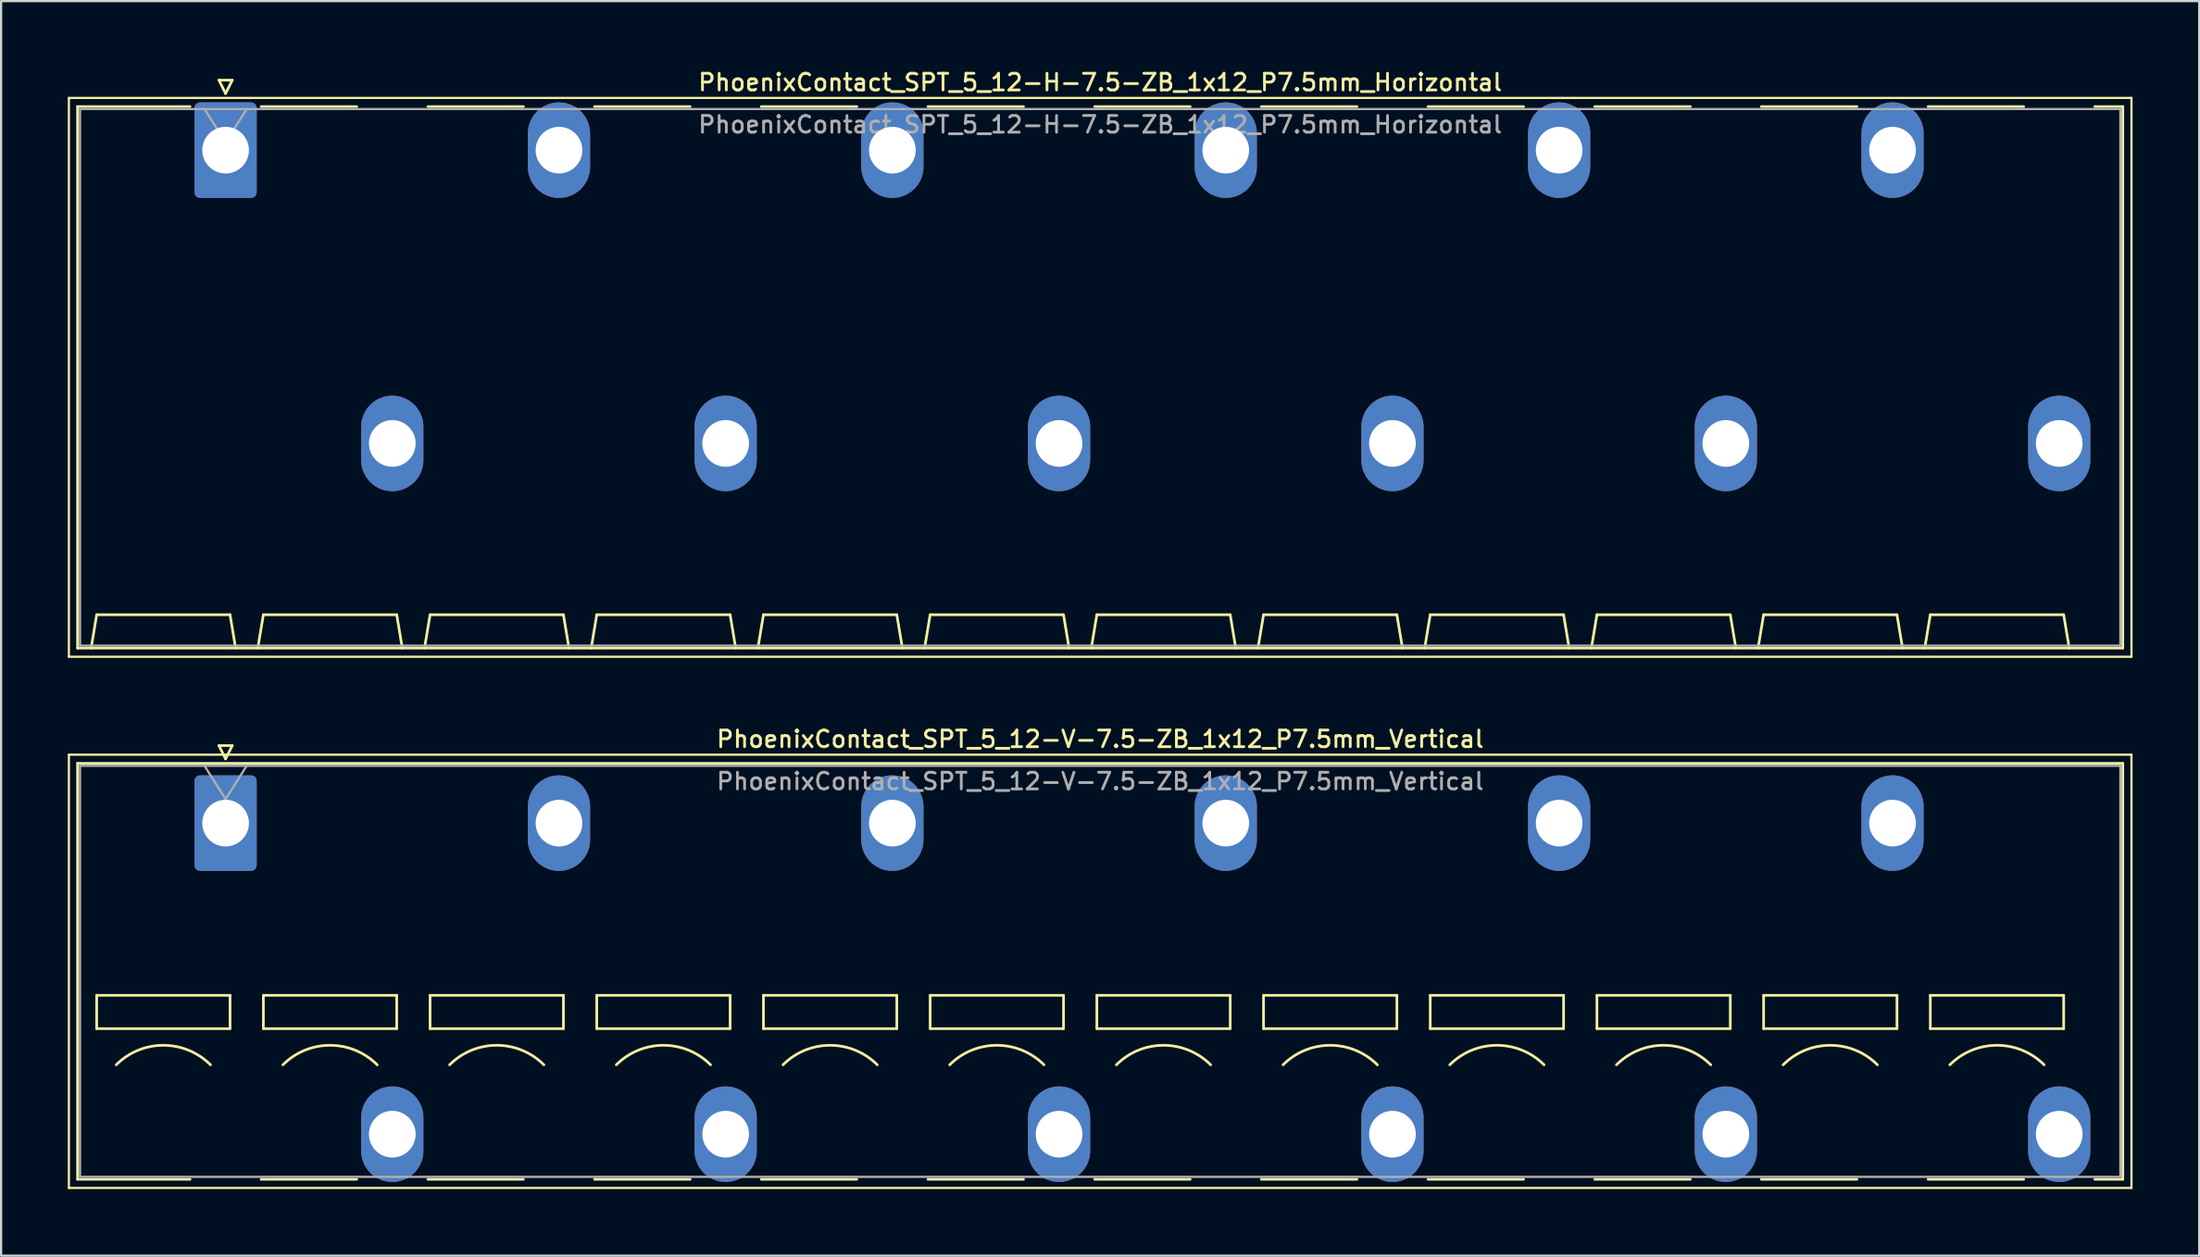
<source format=kicad_pcb>
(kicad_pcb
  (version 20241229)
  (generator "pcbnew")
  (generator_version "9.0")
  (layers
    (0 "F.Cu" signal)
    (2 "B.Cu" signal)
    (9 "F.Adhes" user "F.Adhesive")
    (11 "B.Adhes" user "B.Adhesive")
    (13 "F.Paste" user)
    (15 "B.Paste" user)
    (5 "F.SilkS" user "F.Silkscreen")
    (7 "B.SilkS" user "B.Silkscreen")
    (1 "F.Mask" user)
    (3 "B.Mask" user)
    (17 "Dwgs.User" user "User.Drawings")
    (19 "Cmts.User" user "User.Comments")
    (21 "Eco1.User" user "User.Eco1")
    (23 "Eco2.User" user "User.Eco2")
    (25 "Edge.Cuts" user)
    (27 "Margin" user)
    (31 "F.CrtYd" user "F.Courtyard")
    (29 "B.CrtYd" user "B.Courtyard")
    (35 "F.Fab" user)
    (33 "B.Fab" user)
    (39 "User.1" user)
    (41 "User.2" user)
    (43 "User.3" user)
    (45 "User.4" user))
  (footprint "PhoenixContact_SPT_5_12-V-7.5-ZB_1x12_P7.5mm_Vertical"
    (layer "F.Cu")
    (at 7.1 33.996)
    (property "Reference" "PhoenixContact_SPT_5_12-V-7.5-ZB_1x12_P7.5mm_Vertical" (at 39.35 -3.78 0) (layer "F.SilkS") (effects (font (size 0.75 0.75) (thickness 0.125))))
    (attr through_hole)
    (fp_line (start -7.05 -3.08) (end -7.05 16.42) (stroke (width 0.1) (type solid)) (layer "F.SilkS"))
    (fp_line (start -7.05 16.42) (end 85.75 16.42) (stroke (width 0.1) (type solid)) (layer "F.SilkS"))
    (fp_line (start -6.66 -2.69) (end 85.36 -2.69) (stroke (width 0.12) (type solid)) (layer "F.SilkS"))
    (fp_line (start -6.66 16.03) (end -6.66 -2.69) (stroke (width 0.12) (type solid)) (layer "F.SilkS"))
    (fp_line (start -6.66 16.03) (end -1.6 16.03) (stroke (width 0.12) (type solid)) (layer "F.SilkS"))
    (fp_line (start -5.8 7.75) (end -5.8 9.25) (stroke (width 0.12) (type solid)) (layer "F.SilkS"))
    (fp_line (start -5.8 9.25) (end 0.2 9.25) (stroke (width 0.12) (type solid)) (layer "F.SilkS"))
    (fp_line (start -0.3 -3.49) (end 0 -2.89) (stroke (width 0.12) (type solid)) (layer "F.SilkS"))
    (fp_line (start -0.3 -3.49) (end 0.3 -3.49) (stroke (width 0.12) (type solid)) (layer "F.SilkS"))
    (fp_line (start 0.2 7.75) (end -5.8 7.75) (stroke (width 0.12) (type solid)) (layer "F.SilkS"))
    (fp_line (start 0.2 9.25) (end 0.2 7.75) (stroke (width 0.12) (type solid)) (layer "F.SilkS"))
    (fp_line (start 0.3 -3.49) (end 0 -2.89) (stroke (width 0.12) (type solid)) (layer "F.SilkS"))
    (fp_line (start 1.6 16.03) (end 5.9 16.03) (stroke (width 0.12) (type solid)) (layer "F.SilkS"))
    (fp_line (start 1.7 7.75) (end 1.7 9.25) (stroke (width 0.12) (type solid)) (layer "F.SilkS"))
    (fp_line (start 1.7 9.25) (end 7.7 9.25) (stroke (width 0.12) (type solid)) (layer "F.SilkS"))
    (fp_line (start 7.7 7.75) (end 1.7 7.75) (stroke (width 0.12) (type solid)) (layer "F.SilkS"))
    (fp_line (start 7.7 9.25) (end 7.7 7.75) (stroke (width 0.12) (type solid)) (layer "F.SilkS"))
    (fp_line (start 9.1 16.03) (end 13.4 16.03) (stroke (width 0.12) (type solid)) (layer "F.SilkS"))
    (fp_line (start 9.2 7.75) (end 9.2 9.25) (stroke (width 0.12) (type solid)) (layer "F.SilkS"))
    (fp_line (start 9.2 9.25) (end 15.2 9.25) (stroke (width 0.12) (type solid)) (layer "F.SilkS"))
    (fp_line (start 15.2 7.75) (end 9.2 7.75) (stroke (width 0.12) (type solid)) (layer "F.SilkS"))
    (fp_line (start 15.2 9.25) (end 15.2 7.75) (stroke (width 0.12) (type solid)) (layer "F.SilkS"))
    (fp_line (start 16.6 16.03) (end 20.9 16.03) (stroke (width 0.12) (type solid)) (layer "F.SilkS"))
    (fp_line (start 16.7 7.75) (end 16.7 9.25) (stroke (width 0.12) (type solid)) (layer "F.SilkS"))
    (fp_line (start 16.7 9.25) (end 22.7 9.25) (stroke (width 0.12) (type solid)) (layer "F.SilkS"))
    (fp_line (start 22.7 7.75) (end 16.7 7.75) (stroke (width 0.12) (type solid)) (layer "F.SilkS"))
    (fp_line (start 22.7 9.25) (end 22.7 7.75) (stroke (width 0.12) (type solid)) (layer "F.SilkS"))
    (fp_line (start 24.1 16.03) (end 28.4 16.03) (stroke (width 0.12) (type solid)) (layer "F.SilkS"))
    (fp_line (start 24.2 7.75) (end 24.2 9.25) (stroke (width 0.12) (type solid)) (layer "F.SilkS"))
    (fp_line (start 24.2 9.25) (end 30.2 9.25) (stroke (width 0.12) (type solid)) (layer "F.SilkS"))
    (fp_line (start 30.2 7.75) (end 24.2 7.75) (stroke (width 0.12) (type solid)) (layer "F.SilkS"))
    (fp_line (start 30.2 9.25) (end 30.2 7.75) (stroke (width 0.12) (type solid)) (layer "F.SilkS"))
    (fp_line (start 31.6 16.03) (end 35.9 16.03) (stroke (width 0.12) (type solid)) (layer "F.SilkS"))
    (fp_line (start 31.7 7.75) (end 31.7 9.25) (stroke (width 0.12) (type solid)) (layer "F.SilkS"))
    (fp_line (start 31.7 9.25) (end 37.7 9.25) (stroke (width 0.12) (type solid)) (layer "F.SilkS"))
    (fp_line (start 37.7 7.75) (end 31.7 7.75) (stroke (width 0.12) (type solid)) (layer "F.SilkS"))
    (fp_line (start 37.7 9.25) (end 37.7 7.75) (stroke (width 0.12) (type solid)) (layer "F.SilkS"))
    (fp_line (start 39.1 16.03) (end 43.4 16.03) (stroke (width 0.12) (type solid)) (layer "F.SilkS"))
    (fp_line (start 39.2 7.75) (end 39.2 9.25) (stroke (width 0.12) (type solid)) (layer "F.SilkS"))
    (fp_line (start 39.2 9.25) (end 45.2 9.25) (stroke (width 0.12) (type solid)) (layer "F.SilkS"))
    (fp_line (start 45.2 7.75) (end 39.2 7.75) (stroke (width 0.12) (type solid)) (layer "F.SilkS"))
    (fp_line (start 45.2 9.25) (end 45.2 7.75) (stroke (width 0.12) (type solid)) (layer "F.SilkS"))
    (fp_line (start 46.6 16.03) (end 50.9 16.03) (stroke (width 0.12) (type solid)) (layer "F.SilkS"))
    (fp_line (start 46.7 7.75) (end 46.7 9.25) (stroke (width 0.12) (type solid)) (layer "F.SilkS"))
    (fp_line (start 46.7 9.25) (end 52.7 9.25) (stroke (width 0.12) (type solid)) (layer "F.SilkS"))
    (fp_line (start 52.7 7.75) (end 46.7 7.75) (stroke (width 0.12) (type solid)) (layer "F.SilkS"))
    (fp_line (start 52.7 9.25) (end 52.7 7.75) (stroke (width 0.12) (type solid)) (layer "F.SilkS"))
    (fp_line (start 54.1 16.03) (end 58.4 16.03) (stroke (width 0.12) (type solid)) (layer "F.SilkS"))
    (fp_line (start 54.2 7.75) (end 54.2 9.25) (stroke (width 0.12) (type solid)) (layer "F.SilkS"))
    (fp_line (start 54.2 9.25) (end 60.2 9.25) (stroke (width 0.12) (type solid)) (layer "F.SilkS"))
    (fp_line (start 60.2 7.75) (end 54.2 7.75) (stroke (width 0.12) (type solid)) (layer "F.SilkS"))
    (fp_line (start 60.2 9.25) (end 60.2 7.75) (stroke (width 0.12) (type solid)) (layer "F.SilkS"))
    (fp_line (start 61.6 16.03) (end 65.9 16.03) (stroke (width 0.12) (type solid)) (layer "F.SilkS"))
    (fp_line (start 61.7 7.75) (end 61.7 9.25) (stroke (width 0.12) (type solid)) (layer "F.SilkS"))
    (fp_line (start 61.7 9.25) (end 67.7 9.25) (stroke (width 0.12) (type solid)) (layer "F.SilkS"))
    (fp_line (start 67.7 7.75) (end 61.7 7.75) (stroke (width 0.12) (type solid)) (layer "F.SilkS"))
    (fp_line (start 67.7 9.25) (end 67.7 7.75) (stroke (width 0.12) (type solid)) (layer "F.SilkS"))
    (fp_line (start 69.1 16.03) (end 73.4 16.03) (stroke (width 0.12) (type solid)) (layer "F.SilkS"))
    (fp_line (start 69.2 7.75) (end 69.2 9.25) (stroke (width 0.12) (type solid)) (layer "F.SilkS"))
    (fp_line (start 69.2 9.25) (end 75.2 9.25) (stroke (width 0.12) (type solid)) (layer "F.SilkS"))
    (fp_line (start 75.2 7.75) (end 69.2 7.75) (stroke (width 0.12) (type solid)) (layer "F.SilkS"))
    (fp_line (start 75.2 9.25) (end 75.2 7.75) (stroke (width 0.12) (type solid)) (layer "F.SilkS"))
    (fp_line (start 76.6 16.03) (end 80.9 16.03) (stroke (width 0.12) (type solid)) (layer "F.SilkS"))
    (fp_line (start 76.7 7.75) (end 76.7 9.25) (stroke (width 0.12) (type solid)) (layer "F.SilkS"))
    (fp_line (start 76.7 9.25) (end 82.7 9.25) (stroke (width 0.12) (type solid)) (layer "F.SilkS"))
    (fp_line (start 82.7 7.75) (end 76.7 7.75) (stroke (width 0.12) (type solid)) (layer "F.SilkS"))
    (fp_line (start 82.7 9.25) (end 82.7 7.75) (stroke (width 0.12) (type solid)) (layer "F.SilkS"))
    (fp_line (start 84.1 16.03) (end 85.36 16.03) (stroke (width 0.12) (type solid)) (layer "F.SilkS"))
    (fp_line (start 85.36 -2.69) (end 85.36 16.03) (stroke (width 0.12) (type solid)) (layer "F.SilkS"))
    (fp_line (start 85.75 -3.08) (end -7.05 -3.08) (stroke (width 0.1) (type solid)) (layer "F.SilkS"))
    (fp_line (start 85.75 16.42) (end 85.75 -3.08) (stroke (width 0.1) (type solid)) (layer "F.SilkS"))
    (fp_arc (start -4.92132 10.87868) (mid -2.8 10) (end -0.67868 10.87868) (stroke (width 0.12) (type solid)) (layer "F.SilkS"))
    (fp_arc (start 2.57868 10.87868) (mid 4.7 10) (end 6.82132 10.87868) (stroke (width 0.12) (type solid)) (layer "F.SilkS"))
    (fp_arc (start 10.07868 10.87868) (mid 12.2 10) (end 14.32132 10.87868) (stroke (width 0.12) (type solid)) (layer "F.SilkS"))
    (fp_arc (start 17.57868 10.87868) (mid 19.7 10) (end 21.82132 10.87868) (stroke (width 0.12) (type solid)) (layer "F.SilkS"))
    (fp_arc (start 25.07868 10.87868) (mid 27.2 10) (end 29.32132 10.87868) (stroke (width 0.12) (type solid)) (layer "F.SilkS"))
    (fp_arc (start 32.57868 10.87868) (mid 34.7 10) (end 36.82132 10.87868) (stroke (width 0.12) (type solid)) (layer "F.SilkS"))
    (fp_arc (start 40.07868 10.87868) (mid 42.2 10) (end 44.32132 10.87868) (stroke (width 0.12) (type solid)) (layer "F.SilkS"))
    (fp_arc (start 47.57868 10.87868) (mid 49.7 10) (end 51.82132 10.87868) (stroke (width 0.12) (type solid)) (layer "F.SilkS"))
    (fp_arc (start 55.07868 10.87868) (mid 57.2 10) (end 59.32132 10.87868) (stroke (width 0.12) (type solid)) (layer "F.SilkS"))
    (fp_arc (start 62.57868 10.87868) (mid 64.7 10) (end 66.82132 10.87868) (stroke (width 0.12) (type solid)) (layer "F.SilkS"))
    (fp_arc (start 70.07868 10.87868) (mid 72.2 10) (end 74.32132 10.87868) (stroke (width 0.12) (type solid)) (layer "F.SilkS"))
    (fp_arc (start 77.57868 10.87868) (mid 79.7 10) (end 81.82132 10.87868) (stroke (width 0.12) (type solid)) (layer "F.SilkS"))
    (fp_line (start -6.55 -2.58) (end -6.55 15.92) (stroke (width 0.1) (type solid)) (layer "F.Fab"))
    (fp_line (start -6.55 15.92) (end 85.25 15.92) (stroke (width 0.1) (type solid)) (layer "F.Fab"))
    (fp_line (start -0.95 -2.58) (end 0 -1.08) (stroke (width 0.1) (type solid)) (layer "F.Fab"))
    (fp_line (start 0.95 -2.58) (end 0 -1.08) (stroke (width 0.1) (type solid)) (layer "F.Fab"))
    (fp_line (start 85.25 -2.58) (end -6.55 -2.58) (stroke (width 0.1) (type solid)) (layer "F.Fab"))
    (fp_line (start 85.25 15.92) (end 85.25 -2.58) (stroke (width 0.1) (type solid)) (layer "F.Fab"))
    (fp_text user "${REFERENCE}" (at 39.35 -1.88 0) (layer "F.Fab") (effects (font (size 0.75 0.75) (thickness 0.125))))
    (pad "1" thru_hole roundrect (at 0 0) (size 2.8 4.3) (drill 2.1) (layers "*.Cu" "*.Mask") (roundrect_rratio 0.089))
    (pad "2" thru_hole oval (at 7.5 14) (size 2.8 4.3) (drill 2.1) (layers "*.Cu" "*.Mask"))
    (pad "3" thru_hole oval (at 15 0) (size 2.8 4.3) (drill 2.1) (layers "*.Cu" "*.Mask"))
    (pad "4" thru_hole oval (at 22.5 14) (size 2.8 4.3) (drill 2.1) (layers "*.Cu" "*.Mask"))
    (pad "5" thru_hole oval (at 30 0) (size 2.8 4.3) (drill 2.1) (layers "*.Cu" "*.Mask"))
    (pad "6" thru_hole oval (at 37.5 14) (size 2.8 4.3) (drill 2.1) (layers "*.Cu" "*.Mask"))
    (pad "7" thru_hole oval (at 45 0) (size 2.8 4.3) (drill 2.1) (layers "*.Cu" "*.Mask"))
    (pad "8" thru_hole oval (at 52.5 14) (size 2.8 4.3) (drill 2.1) (layers "*.Cu" "*.Mask"))
    (pad "9" thru_hole oval (at 60 0) (size 2.8 4.3) (drill 2.1) (layers "*.Cu" "*.Mask"))
    (pad "10" thru_hole oval (at 67.5 14) (size 2.8 4.3) (drill 2.1) (layers "*.Cu" "*.Mask"))
    (pad "11" thru_hole oval (at 75 0) (size 2.8 4.3) (drill 2.1) (layers "*.Cu" "*.Mask"))
    (pad "12" thru_hole oval (at 82.5 14) (size 2.8 4.3) (drill 2.1) (layers "*.Cu" "*.Mask")))
  (footprint "PhoenixContact_SPT_5_12-H-7.5-ZB_1x12_P7.5mm_Horizontal"
    (layer "F.Cu")
    (at 7.1 3.708)
    (property "Reference" "PhoenixContact_SPT_5_12-H-7.5-ZB_1x12_P7.5mm_Horizontal" (at 39.35 -3.05 0) (layer "F.SilkS") (effects (font (size 0.75 0.75) (thickness 0.125))))
    (attr through_hole)
    (fp_line (start -7.05 -2.35) (end -7.05 22.8) (stroke (width 0.1) (type solid)) (layer "F.SilkS"))
    (fp_line (start -7.05 22.8) (end 85.75 22.8) (stroke (width 0.1) (type solid)) (layer "F.SilkS"))
    (fp_line (start -6.66 -1.96) (end -1.6 -1.96) (stroke (width 0.12) (type solid)) (layer "F.SilkS"))
    (fp_line (start -6.66 22.41) (end -6.66 -1.96) (stroke (width 0.12) (type solid)) (layer "F.SilkS"))
    (fp_line (start -6.05 22.41) (end -5.8 20.91) (stroke (width 0.12) (type solid)) (layer "F.SilkS"))
    (fp_line (start -5.8 20.91) (end 0.2 20.91) (stroke (width 0.12) (type solid)) (layer "F.SilkS"))
    (fp_line (start -0.3 -3.15) (end 0 -2.55) (stroke (width 0.12) (type solid)) (layer "F.SilkS"))
    (fp_line (start -0.3 -3.15) (end 0.3 -3.15) (stroke (width 0.12) (type solid)) (layer "F.SilkS"))
    (fp_line (start 0.3 -3.15) (end 0 -2.55) (stroke (width 0.12) (type solid)) (layer "F.SilkS"))
    (fp_line (start 0.45 22.41) (end 0.2 20.91) (stroke (width 0.12) (type solid)) (layer "F.SilkS"))
    (fp_line (start 1.45 22.41) (end 1.7 20.91) (stroke (width 0.12) (type solid)) (layer "F.SilkS"))
    (fp_line (start 1.6 -1.96) (end 5.9 -1.96) (stroke (width 0.12) (type solid)) (layer "F.SilkS"))
    (fp_line (start 1.7 20.91) (end 7.7 20.91) (stroke (width 0.12) (type solid)) (layer "F.SilkS"))
    (fp_line (start 7.95 22.41) (end 7.7 20.91) (stroke (width 0.12) (type solid)) (layer "F.SilkS"))
    (fp_line (start 8.95 22.41) (end 9.2 20.91) (stroke (width 0.12) (type solid)) (layer "F.SilkS"))
    (fp_line (start 9.1 -1.96) (end 13.4 -1.96) (stroke (width 0.12) (type solid)) (layer "F.SilkS"))
    (fp_line (start 9.2 20.91) (end 15.2 20.91) (stroke (width 0.12) (type solid)) (layer "F.SilkS"))
    (fp_line (start 15.45 22.41) (end 15.2 20.91) (stroke (width 0.12) (type solid)) (layer "F.SilkS"))
    (fp_line (start 16.45 22.41) (end 16.7 20.91) (stroke (width 0.12) (type solid)) (layer "F.SilkS"))
    (fp_line (start 16.6 -1.96) (end 20.9 -1.96) (stroke (width 0.12) (type solid)) (layer "F.SilkS"))
    (fp_line (start 16.7 20.91) (end 22.7 20.91) (stroke (width 0.12) (type solid)) (layer "F.SilkS"))
    (fp_line (start 22.95 22.41) (end 22.7 20.91) (stroke (width 0.12) (type solid)) (layer "F.SilkS"))
    (fp_line (start 23.95 22.41) (end 24.2 20.91) (stroke (width 0.12) (type solid)) (layer "F.SilkS"))
    (fp_line (start 24.1 -1.96) (end 28.4 -1.96) (stroke (width 0.12) (type solid)) (layer "F.SilkS"))
    (fp_line (start 24.2 20.91) (end 30.2 20.91) (stroke (width 0.12) (type solid)) (layer "F.SilkS"))
    (fp_line (start 30.45 22.41) (end 30.2 20.91) (stroke (width 0.12) (type solid)) (layer "F.SilkS"))
    (fp_line (start 31.45 22.41) (end 31.7 20.91) (stroke (width 0.12) (type solid)) (layer "F.SilkS"))
    (fp_line (start 31.6 -1.96) (end 35.9 -1.96) (stroke (width 0.12) (type solid)) (layer "F.SilkS"))
    (fp_line (start 31.7 20.91) (end 37.7 20.91) (stroke (width 0.12) (type solid)) (layer "F.SilkS"))
    (fp_line (start 37.95 22.41) (end 37.7 20.91) (stroke (width 0.12) (type solid)) (layer "F.SilkS"))
    (fp_line (start 38.95 22.41) (end 39.2 20.91) (stroke (width 0.12) (type solid)) (layer "F.SilkS"))
    (fp_line (start 39.1 -1.96) (end 43.4 -1.96) (stroke (width 0.12) (type solid)) (layer "F.SilkS"))
    (fp_line (start 39.2 20.91) (end 45.2 20.91) (stroke (width 0.12) (type solid)) (layer "F.SilkS"))
    (fp_line (start 45.45 22.41) (end 45.2 20.91) (stroke (width 0.12) (type solid)) (layer "F.SilkS"))
    (fp_line (start 46.45 22.41) (end 46.7 20.91) (stroke (width 0.12) (type solid)) (layer "F.SilkS"))
    (fp_line (start 46.6 -1.96) (end 50.9 -1.96) (stroke (width 0.12) (type solid)) (layer "F.SilkS"))
    (fp_line (start 46.7 20.91) (end 52.7 20.91) (stroke (width 0.12) (type solid)) (layer "F.SilkS"))
    (fp_line (start 52.95 22.41) (end 52.7 20.91) (stroke (width 0.12) (type solid)) (layer "F.SilkS"))
    (fp_line (start 53.95 22.41) (end 54.2 20.91) (stroke (width 0.12) (type solid)) (layer "F.SilkS"))
    (fp_line (start 54.1 -1.96) (end 58.4 -1.96) (stroke (width 0.12) (type solid)) (layer "F.SilkS"))
    (fp_line (start 54.2 20.91) (end 60.2 20.91) (stroke (width 0.12) (type solid)) (layer "F.SilkS"))
    (fp_line (start 60.45 22.41) (end 60.2 20.91) (stroke (width 0.12) (type solid)) (layer "F.SilkS"))
    (fp_line (start 61.45 22.41) (end 61.7 20.91) (stroke (width 0.12) (type solid)) (layer "F.SilkS"))
    (fp_line (start 61.6 -1.96) (end 65.9 -1.96) (stroke (width 0.12) (type solid)) (layer "F.SilkS"))
    (fp_line (start 61.7 20.91) (end 67.7 20.91) (stroke (width 0.12) (type solid)) (layer "F.SilkS"))
    (fp_line (start 67.95 22.41) (end 67.7 20.91) (stroke (width 0.12) (type solid)) (layer "F.SilkS"))
    (fp_line (start 68.95 22.41) (end 69.2 20.91) (stroke (width 0.12) (type solid)) (layer "F.SilkS"))
    (fp_line (start 69.1 -1.96) (end 73.4 -1.96) (stroke (width 0.12) (type solid)) (layer "F.SilkS"))
    (fp_line (start 69.2 20.91) (end 75.2 20.91) (stroke (width 0.12) (type solid)) (layer "F.SilkS"))
    (fp_line (start 75.45 22.41) (end 75.2 20.91) (stroke (width 0.12) (type solid)) (layer "F.SilkS"))
    (fp_line (start 76.45 22.41) (end 76.7 20.91) (stroke (width 0.12) (type solid)) (layer "F.SilkS"))
    (fp_line (start 76.6 -1.96) (end 80.9 -1.96) (stroke (width 0.12) (type solid)) (layer "F.SilkS"))
    (fp_line (start 76.7 20.91) (end 82.7 20.91) (stroke (width 0.12) (type solid)) (layer "F.SilkS"))
    (fp_line (start 82.95 22.41) (end 82.7 20.91) (stroke (width 0.12) (type solid)) (layer "F.SilkS"))
    (fp_line (start 84.1 -1.96) (end 85.36 -1.96) (stroke (width 0.12) (type solid)) (layer "F.SilkS"))
    (fp_line (start 85.36 -1.96) (end 85.36 22.41) (stroke (width 0.12) (type solid)) (layer "F.SilkS"))
    (fp_line (start 85.36 22.41) (end -6.66 22.41) (stroke (width 0.12) (type solid)) (layer "F.SilkS"))
    (fp_line (start 85.75 -2.35) (end -7.05 -2.35) (stroke (width 0.1) (type solid)) (layer "F.SilkS"))
    (fp_line (start 85.75 22.8) (end 85.75 -2.35) (stroke (width 0.1) (type solid)) (layer "F.SilkS"))
    (fp_line (start -6.55 -1.85) (end -6.55 22.3) (stroke (width 0.1) (type solid)) (layer "F.Fab"))
    (fp_line (start -6.55 22.3) (end 85.25 22.3) (stroke (width 0.1) (type solid)) (layer "F.Fab"))
    (fp_line (start -0.95 -1.85) (end 0 -0.35) (stroke (width 0.1) (type solid)) (layer "F.Fab"))
    (fp_line (start 0.95 -1.85) (end 0 -0.35) (stroke (width 0.1) (type solid)) (layer "F.Fab"))
    (fp_line (start 85.25 -1.85) (end -6.55 -1.85) (stroke (width 0.1) (type solid)) (layer "F.Fab"))
    (fp_line (start 85.25 22.3) (end 85.25 -1.85) (stroke (width 0.1) (type solid)) (layer "F.Fab"))
    (fp_text user "${REFERENCE}" (at 39.35 -1.15 0) (layer "F.Fab") (effects (font (size 0.75 0.75) (thickness 0.125))))
    (pad "1" thru_hole roundrect (at 0 0) (size 2.8 4.3) (drill 2.1) (layers "*.Cu" "*.Mask") (roundrect_rratio 0.089))
    (pad "2" thru_hole oval (at 7.5 13.2) (size 2.8 4.3) (drill 2.1) (layers "*.Cu" "*.Mask"))
    (pad "3" thru_hole oval (at 15 0) (size 2.8 4.3) (drill 2.1) (layers "*.Cu" "*.Mask"))
    (pad "4" thru_hole oval (at 22.5 13.2) (size 2.8 4.3) (drill 2.1) (layers "*.Cu" "*.Mask"))
    (pad "5" thru_hole oval (at 30 0) (size 2.8 4.3) (drill 2.1) (layers "*.Cu" "*.Mask"))
    (pad "6" thru_hole oval (at 37.5 13.2) (size 2.8 4.3) (drill 2.1) (layers "*.Cu" "*.Mask"))
    (pad "7" thru_hole oval (at 45 0) (size 2.8 4.3) (drill 2.1) (layers "*.Cu" "*.Mask"))
    (pad "8" thru_hole oval (at 52.5 13.2) (size 2.8 4.3) (drill 2.1) (layers "*.Cu" "*.Mask"))
    (pad "9" thru_hole oval (at 60 0) (size 2.8 4.3) (drill 2.1) (layers "*.Cu" "*.Mask"))
    (pad "10" thru_hole oval (at 67.5 13.2) (size 2.8 4.3) (drill 2.1) (layers "*.Cu" "*.Mask"))
    (pad "11" thru_hole oval (at 75 0) (size 2.8 4.3) (drill 2.1) (layers "*.Cu" "*.Mask"))
    (pad "12" thru_hole oval (at 82.5 13.2) (size 2.8 4.3) (drill 2.1) (layers "*.Cu" "*.Mask")))
  (gr_rect
    (start -3 -3)
    (end 95.9 53.466)
    (stroke (width 0.1) (type default))
    (fill no)
    (layer "Edge.Cuts")))
</source>
